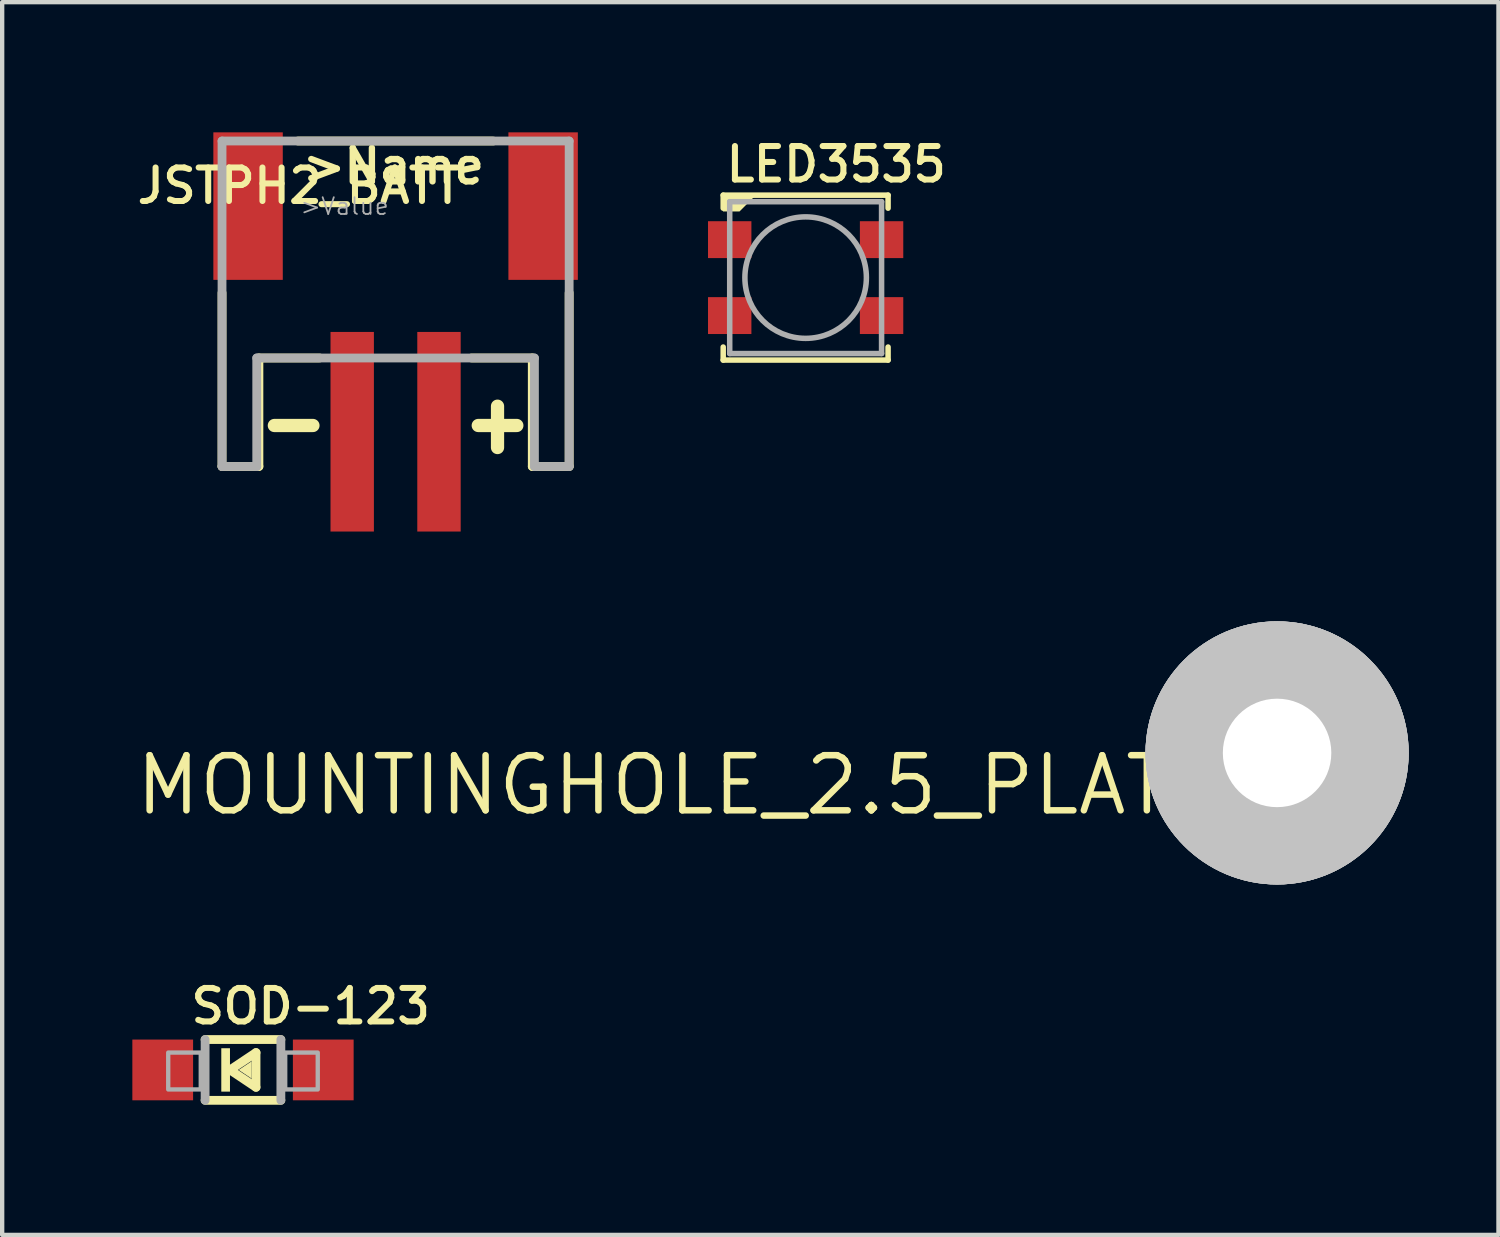
<source format=kicad_pcb>
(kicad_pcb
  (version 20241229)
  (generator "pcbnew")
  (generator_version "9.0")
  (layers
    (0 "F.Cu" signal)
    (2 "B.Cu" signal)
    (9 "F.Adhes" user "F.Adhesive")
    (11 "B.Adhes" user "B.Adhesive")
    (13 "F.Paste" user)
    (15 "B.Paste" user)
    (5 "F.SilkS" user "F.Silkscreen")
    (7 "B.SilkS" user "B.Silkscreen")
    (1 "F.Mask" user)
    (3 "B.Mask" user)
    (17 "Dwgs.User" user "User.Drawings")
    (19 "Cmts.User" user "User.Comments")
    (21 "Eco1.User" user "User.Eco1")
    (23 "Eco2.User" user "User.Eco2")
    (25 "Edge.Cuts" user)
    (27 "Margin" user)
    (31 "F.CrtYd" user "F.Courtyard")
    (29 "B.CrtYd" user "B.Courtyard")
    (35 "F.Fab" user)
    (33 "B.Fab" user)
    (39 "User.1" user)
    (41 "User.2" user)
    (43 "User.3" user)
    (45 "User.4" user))
  (footprint "SOD-123"
    (layer "F.Cu")
    (at 2.55 21.608)
    (property "Reference" "SOD-123" (at -1.27 -1.016 180) (layer "F.SilkS") (effects (font (size 0.772 0.772) (thickness 0.139)) (justify left bottom)))
    (attr through_hole)
    (fp_line (start -0.873 -0.7) (end 0.873 -0.7) (stroke (width 0.203) (type solid)) (layer "F.SilkS"))
    (fp_line (start -0.3 0) (end 0.3 -0.4) (stroke (width 0.203) (type solid)) (layer "F.SilkS"))
    (fp_line (start 0.3 -0.4) (end 0.3 0.4) (stroke (width 0.203) (type solid)) (layer "F.SilkS"))
    (fp_line (start 0.3 0.4) (end -0.3 0) (stroke (width 0.203) (type solid)) (layer "F.SilkS"))
    (fp_line (start 0.873 0.7) (end -0.873 0.7) (stroke (width 0.203) (type solid)) (layer "F.SilkS"))
    (fp_poly (pts (xy -0.1 0) (xy 0.2 -0.2) (xy 0.2 0.2)) (stroke (width 0) (type solid)) (fill yes) (layer "F.SilkS"))
    (fp_poly (pts (xy -0.5 0.5) (xy -0.3 0.5) (xy -0.3 -0.5) (xy -0.5 -0.5)) (stroke (width 0) (type solid)) (fill yes) (layer "F.SilkS"))
    (fp_line (start -0.873 0.7) (end -0.873 -0.7) (stroke (width 0.203) (type solid)) (layer "F.Fab"))
    (fp_line (start 0.873 -0.7) (end 0.873 0.7) (stroke (width 0.203) (type solid)) (layer "F.Fab"))
    (fp_poly (pts (xy -1.723 0.45) (xy -0.973 0.45) (xy -0.973 -0.4) (xy -1.723 -0.4)) (stroke (width 0.1) (type solid)) (fill no) (layer "F.Fab"))
    (fp_poly (pts (xy 0.973 0.45) (xy 1.723 0.45) (xy 1.723 -0.4) (xy 0.973 -0.4)) (stroke (width 0.1) (type solid)) (fill no) (layer "F.Fab"))
    (pad "A" smd rect (at 1.85 0 90) (size 1.4 1.4) (layers "F.Cu" "F.Mask" "F.Paste"))
    (pad "C" smd rect (at -1.85 0 90) (size 1.4 1.4) (layers "F.Cu" "F.Mask" "F.Paste")))
  (footprint "JSTPH2_BATT"
    (layer "F.Cu")
    (at 6.067 3.2)
    (property "Reference" "JSTPH2_BATT" (at -2.223 -1.968 0) (layer "F.SilkS") (effects (font (size 0.772 0.772) (thickness 0.139))))
    (attr through_hole)
    (fp_line (start -4 4.5) (end -4 0.5) (stroke (width 0.203) (type solid)) (layer "F.SilkS"))
    (fp_line (start -3.15 2) (end -3.15 4.5) (stroke (width 0.203) (type solid)) (layer "F.SilkS"))
    (fp_line (start -3.15 4.5) (end -4 4.5) (stroke (width 0.203) (type solid)) (layer "F.SilkS"))
    (fp_line (start -2.794 3.556) (end -1.905 3.556) (stroke (width 0.305) (type solid)) (layer "F.SilkS"))
    (fp_line (start -2.25 -3) (end 2.25 -3) (stroke (width 0.203) (type solid)) (layer "F.SilkS"))
    (fp_line (start -1.75 2) (end -3.15 2) (stroke (width 0.203) (type solid)) (layer "F.SilkS"))
    (fp_line (start 1.905 3.556) (end 2.794 3.556) (stroke (width 0.305) (type solid)) (layer "F.SilkS"))
    (fp_line (start 2.349 4.064) (end 2.349 3.111) (stroke (width 0.305) (type solid)) (layer "F.SilkS"))
    (fp_line (start 3.15 2) (end 1.75 2) (stroke (width 0.203) (type solid)) (layer "F.SilkS"))
    (fp_line (start 3.15 4.5) (end 3.15 2) (stroke (width 0.203) (type solid)) (layer "F.SilkS"))
    (fp_line (start 4 0.5) (end 4 4.5) (stroke (width 0.203) (type solid)) (layer "F.SilkS"))
    (fp_line (start 4 4.5) (end 3.15 4.5) (stroke (width 0.203) (type solid)) (layer "F.SilkS"))
    (fp_line (start -4 -3) (end 4 -3) (stroke (width 0.203) (type solid)) (layer "F.Fab"))
    (fp_line (start -4 4.5) (end -4 -3) (stroke (width 0.203) (type solid)) (layer "F.Fab"))
    (fp_line (start -3.2 2) (end -3.2 4.5) (stroke (width 0.203) (type solid)) (layer "F.Fab"))
    (fp_line (start -3.2 4.5) (end -4 4.5) (stroke (width 0.203) (type solid)) (layer "F.Fab"))
    (fp_line (start 3.2 2) (end -3.2 2) (stroke (width 0.203) (type solid)) (layer "F.Fab"))
    (fp_line (start 3.2 4.5) (end 3.2 2) (stroke (width 0.203) (type solid)) (layer "F.Fab"))
    (fp_line (start 4 -3) (end 4 4.5) (stroke (width 0.203) (type solid)) (layer "F.Fab"))
    (fp_line (start 4 4.5) (end 3.2 4.5) (stroke (width 0.203) (type solid)) (layer "F.Fab"))
    (fp_text user ">Name" (at -2.223 -1.968 0) (layer "F.SilkS") (effects (font (size 0.772 0.772) (thickness 0.146)) (justify left bottom)))
    (fp_text user ">Value" (at -2.223 -1.27 0) (layer "F.Fab") (effects (font (size 0.386 0.386) (thickness 0.041)) (justify left bottom)))
    (pad "1" smd rect (at -1 3.7) (size 1 4.6) (layers "F.Cu" "F.Mask" "F.Paste"))
    (pad "2" smd rect (at 1 3.7) (size 1 4.6) (layers "F.Cu" "F.Mask" "F.Paste"))
    (pad "NC1" smd rect (at -3.4 -1.5 90) (size 3.4 1.6) (layers "F.Cu" "F.Mask" "F.Paste"))
    (pad "NC2" smd rect (at 3.4 -1.5 90) (size 3.4 1.6) (layers "F.Cu" "F.Mask" "F.Paste")))
  (footprint "LED3535"
    (layer "F.Cu")
    (at 15.517 3.348)
    (property "Reference" "LED3535" (at -1.905 -2.159 180) (layer "F.SilkS") (effects (font (size 0.772 0.772) (thickness 0.139)) (justify left bottom)))
    (attr through_hole)
    (fp_line (start -1.9 -1.9) (end 1.9 -1.9) (stroke (width 0.127) (type solid)) (layer "F.SilkS"))
    (fp_line (start -1.9 -1.6) (end -1.9 -1.9) (stroke (width 0.127) (type solid)) (layer "F.SilkS"))
    (fp_line (start -1.9 1.6) (end -1.9 1.9) (stroke (width 0.127) (type solid)) (layer "F.SilkS"))
    (fp_line (start -1.9 1.9) (end 1.9 1.9) (stroke (width 0.127) (type solid)) (layer "F.SilkS"))
    (fp_line (start 1.9 -1.9) (end 1.9 -1.6) (stroke (width 0.127) (type solid)) (layer "F.SilkS"))
    (fp_line (start 1.9 1.9) (end 1.9 1.6) (stroke (width 0.127) (type solid)) (layer "F.SilkS"))
    (fp_poly (pts (xy -1.905 -1.905) (xy -1.905 -1.524) (xy -1.524 -1.524) (xy -1.143 -1.905)) (stroke (width 0) (type solid)) (fill yes) (layer "F.SilkS"))
    (fp_line (start -1.75 -1.75) (end 1.75 -1.75) (stroke (width 0.127) (type solid)) (layer "F.Fab"))
    (fp_line (start -1.75 1.75) (end -1.75 -1.75) (stroke (width 0.127) (type solid)) (layer "F.Fab"))
    (fp_line (start 1.75 -1.75) (end 1.75 1.75) (stroke (width 0.127) (type solid)) (layer "F.Fab"))
    (fp_line (start 1.75 1.75) (end -1.75 1.75) (stroke (width 0.127) (type solid)) (layer "F.Fab"))
    (fp_circle (center 0 0) (end 1.4 0) (stroke (width 0.127) (type solid)) (fill no) (layer "F.Fab"))
    (pad "1" smd rect (at -1.75 -0.875 90) (size 0.85 1) (layers "F.Cu" "F.Mask" "F.Paste"))
    (pad "2" smd rect (at -1.75 0.875 90) (size 0.85 1) (layers "F.Cu" "F.Mask" "F.Paste"))
    (pad "3" smd rect (at 1.75 0.875 90) (size 0.85 1) (layers "F.Cu" "F.Mask" "F.Paste"))
    (pad "4" smd rect (at 1.75 -0.875 90) (size 0.85 1) (layers "F.Cu" "F.Mask" "F.Paste")))
  (footprint "MOUNTINGHOLE_2.5_PLATED"
    (layer "F.Cu")
    (at 26.382 14.302)
    (property "Reference" "MOUNTINGHOLE_2.5_PLATED" (at 0 0 0) (layer "F.SilkS") (effects (font (size 1.27 1.27) (thickness 0.15)) (justify right top)))
    (attr through_hole)
    (fp_circle (center 0 0) (end 2 0) (stroke (width 0.203) (type solid)) (fill no) (layer "F.SilkS"))
    (fp_circle (center 0 0) (end 1 0) (stroke (width 2.032) (type solid)) (fill no) (layer "Dwgs.User"))
    (fp_circle (center 0 0) (end 1 0) (stroke (width 2.032) (type solid)) (fill no) (layer "Dwgs.User"))
    (fp_circle (center 0 0) (end 1 0) (stroke (width 2.032) (type solid)) (fill no) (layer "Dwgs.User"))
    (fp_circle (center 0 0) (end 1 0) (stroke (width 2.032) (type solid)) (fill no) (layer "Dwgs.User"))
    (pad "P$1" thru_hole circle (at 0 0) (size 3.2 3.2) (drill 2.5) (layers "*.Cu" "*.Mask")))
  (gr_rect
    (start -3 -3)
    (end 31.484 25.41)
    (stroke (width 0.1) (type default))
    (fill no)
    (layer "Edge.Cuts")))
</source>
